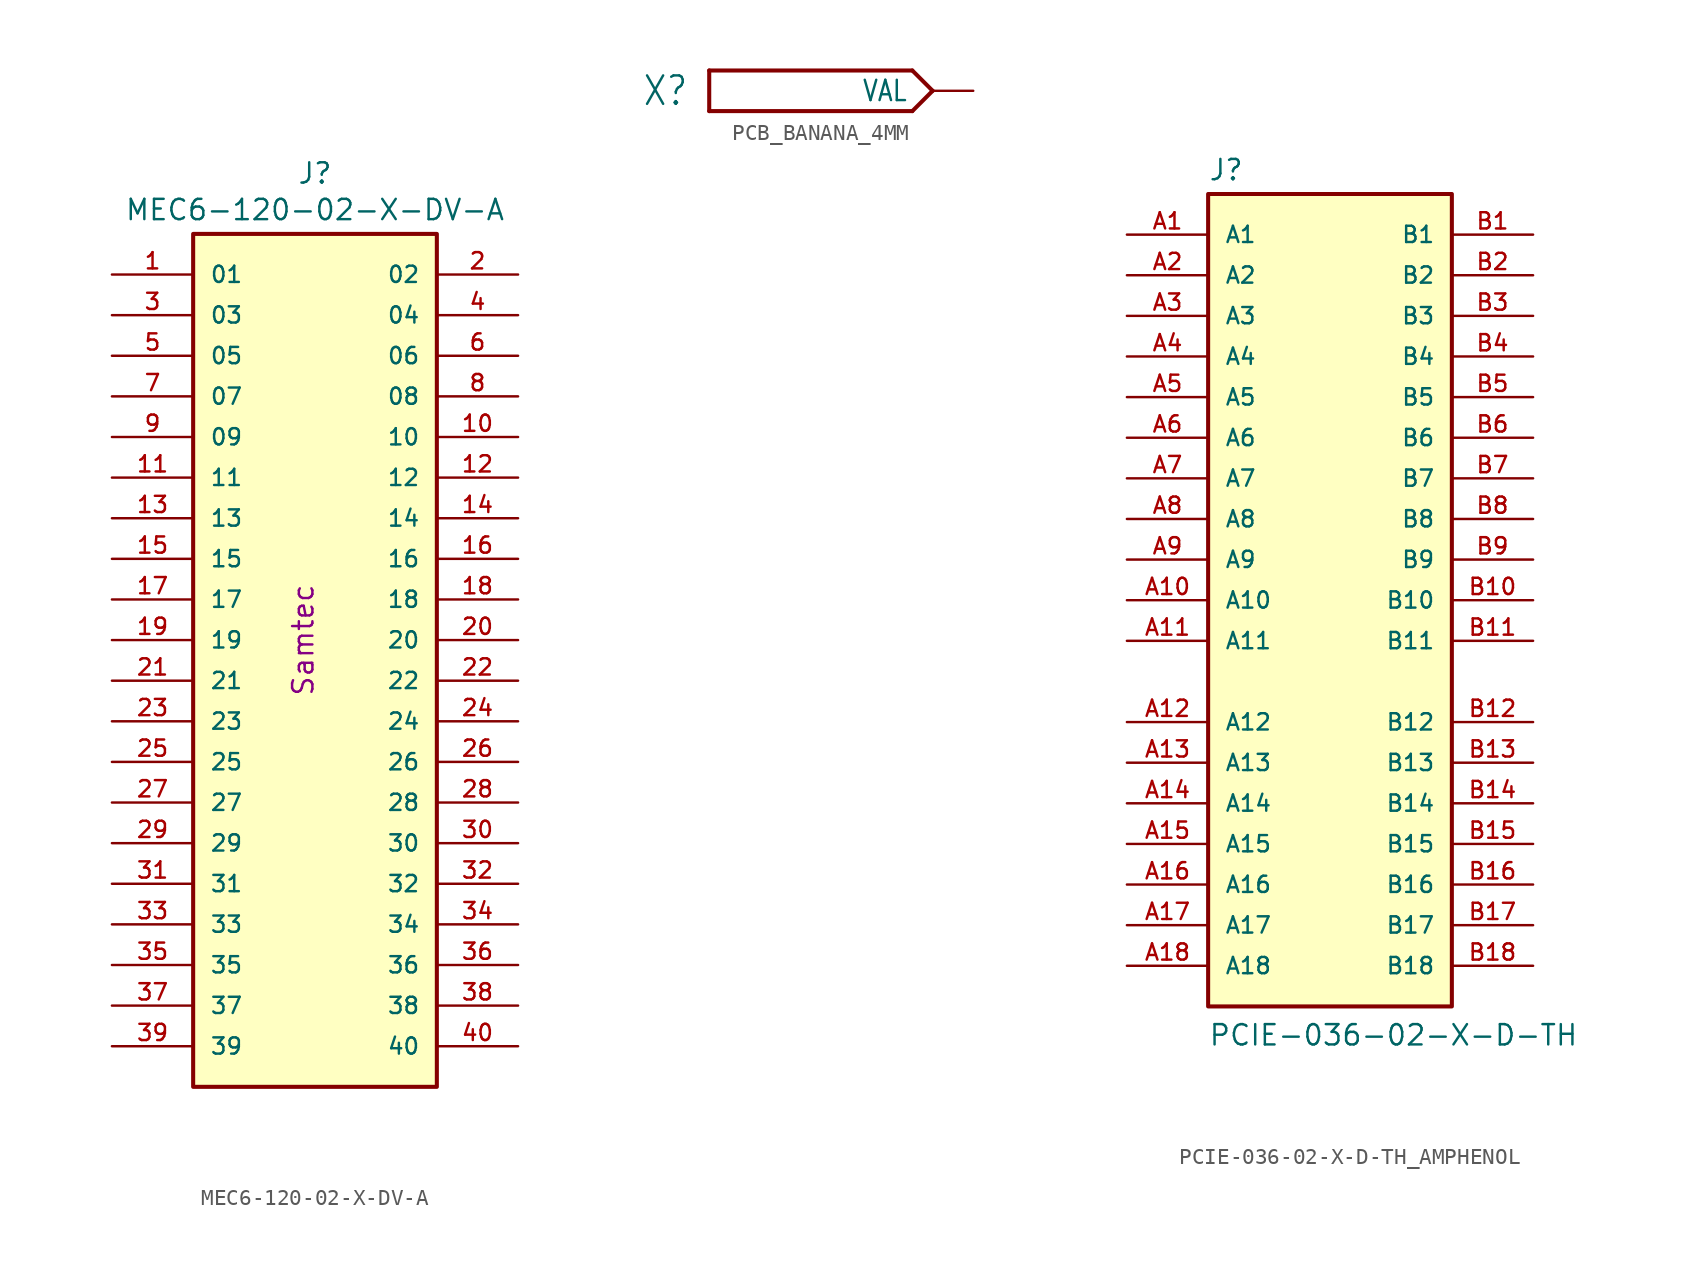
<source format=kicad_sym>
(kicad_symbol_lib
  (version 20241209)
  (generator "kicad_symbol_editor")
  (generator_version "9.0")
  (symbol "MEC6-120-02-X-DV-A"
    (pin_names
      (offset 1.016))
    (property "Reference" "J"
      (at 0 28.448 0)
      (effects (font (size 1.27 1.27)) (justify bottom)))
    (property "Value" "MEC6-120-02-X-DV-A"
      (at 0 26.162 0)
      (effects (font (size 1.27 1.27)) (justify bottom)))
    (property "MANUFACTURER" "Samtec"
      (at 0 0 90)
      (effects (font (size 1.27 1.27)) (justify bottom)))
    (symbol "MEC6-120-02-X-DV-A_0_0"
      (rectangle (start -7.62 25.4) (end 7.62 -27.94) (stroke (width 0.254) (type default)) (fill (type background)))
      (pin passive line (at -12.7 10.16 0) (length 5.08) (name "11" (effects (font (size 1.016 1.016)))) (number "11" (effects (font (size 1.016 1.016)))))
      (pin passive line (at -12.7 7.62 0) (length 5.08) (name "13" (effects (font (size 1.016 1.016)))) (number "13" (effects (font (size 1.016 1.016)))))
      (pin passive line (at -12.7 5.08 0) (length 5.08) (name "15" (effects (font (size 1.016 1.016)))) (number "15" (effects (font (size 1.016 1.016)))))
      (pin passive line (at -12.7 2.54 0) (length 5.08) (name "17" (effects (font (size 1.016 1.016)))) (number "17" (effects (font (size 1.016 1.016)))))
      (pin passive line (at -12.7 0 0) (length 5.08) (name "19" (effects (font (size 1.016 1.016)))) (number "19" (effects (font (size 1.016 1.016)))))
      (pin passive line (at -12.7 -2.54 0) (length 5.08) (name "21" (effects (font (size 1.016 1.016)))) (number "21" (effects (font (size 1.016 1.016)))))
      (pin passive line (at -12.7 -5.08 0) (length 5.08) (name "23" (effects (font (size 1.016 1.016)))) (number "23" (effects (font (size 1.016 1.016)))))
      (pin passive line (at -12.7 -7.62 0) (length 5.08) (name "25" (effects (font (size 1.016 1.016)))) (number "25" (effects (font (size 1.016 1.016)))))
      (pin passive line (at -12.7 -10.16 0) (length 5.08) (name "27" (effects (font (size 1.016 1.016)))) (number "27" (effects (font (size 1.016 1.016)))))
      (pin passive line (at -12.7 -12.7 0) (length 5.08) (name "29" (effects (font (size 1.016 1.016)))) (number "29" (effects (font (size 1.016 1.016)))))
      (pin passive line (at -12.7 -15.24 0) (length 5.08) (name "31" (effects (font (size 1.016 1.016)))) (number "31" (effects (font (size 1.016 1.016)))))
      (pin passive line (at -12.7 -17.78 0) (length 5.08) (name "33" (effects (font (size 1.016 1.016)))) (number "33" (effects (font (size 1.016 1.016)))))
      (pin passive line (at -12.7 -20.32 0) (length 5.08) (name "35" (effects (font (size 1.016 1.016)))) (number "35" (effects (font (size 1.016 1.016)))))
      (pin passive line (at -12.7 -22.86 0) (length 5.08) (name "37" (effects (font (size 1.016 1.016)))) (number "37" (effects (font (size 1.016 1.016)))))
      (pin passive line (at -12.7 -25.4 0) (length 5.08) (name "39" (effects (font (size 1.016 1.016)))) (number "39" (effects (font (size 1.016 1.016)))))
      (pin passive line (at 12.7 12.7 180) (length 5.08) (name "10" (effects (font (size 1.016 1.016)))) (number "10" (effects (font (size 1.016 1.016)))))
      (pin passive line (at 12.7 10.16 180) (length 5.08) (name "12" (effects (font (size 1.016 1.016)))) (number "12" (effects (font (size 1.016 1.016)))))
      (pin passive line (at 12.7 7.62 180) (length 5.08) (name "14" (effects (font (size 1.016 1.016)))) (number "14" (effects (font (size 1.016 1.016)))))
      (pin passive line (at 12.7 5.08 180) (length 5.08) (name "16" (effects (font (size 1.016 1.016)))) (number "16" (effects (font (size 1.016 1.016)))))
      (pin passive line (at 12.7 2.54 180) (length 5.08) (name "18" (effects (font (size 1.016 1.016)))) (number "18" (effects (font (size 1.016 1.016)))))
      (pin passive line (at 12.7 0 180) (length 5.08) (name "20" (effects (font (size 1.016 1.016)))) (number "20" (effects (font (size 1.016 1.016)))))
      (pin passive line (at 12.7 -2.54 180) (length 5.08) (name "22" (effects (font (size 1.016 1.016)))) (number "22" (effects (font (size 1.016 1.016)))))
      (pin passive line (at 12.7 -5.08 180) (length 5.08) (name "24" (effects (font (size 1.016 1.016)))) (number "24" (effects (font (size 1.016 1.016)))))
      (pin passive line (at 12.7 -7.62 180) (length 5.08) (name "26" (effects (font (size 1.016 1.016)))) (number "26" (effects (font (size 1.016 1.016)))))
      (pin passive line (at 12.7 -10.16 180) (length 5.08) (name "28" (effects (font (size 1.016 1.016)))) (number "28" (effects (font (size 1.016 1.016)))))
      (pin passive line (at 12.7 -12.7 180) (length 5.08) (name "30" (effects (font (size 1.016 1.016)))) (number "30" (effects (font (size 1.016 1.016)))))
      (pin passive line (at 12.7 -15.24 180) (length 5.08) (name "32" (effects (font (size 1.016 1.016)))) (number "32" (effects (font (size 1.016 1.016)))))
      (pin passive line (at 12.7 -17.78 180) (length 5.08) (name "34" (effects (font (size 1.016 1.016)))) (number "34" (effects (font (size 1.016 1.016)))))
      (pin passive line (at 12.7 -20.32 180) (length 5.08) (name "36" (effects (font (size 1.016 1.016)))) (number "36" (effects (font (size 1.016 1.016)))))
      (pin passive line (at 12.7 -22.86 180) (length 5.08) (name "38" (effects (font (size 1.016 1.016)))) (number "38" (effects (font (size 1.016 1.016)))))
      (pin passive line (at 12.7 -25.4 180) (length 5.08) (name "40" (effects (font (size 1.016 1.016)))) (number "40" (effects (font (size 1.016 1.016))))))
    (symbol "MEC6-120-02-X-DV-A_1_0"
      (pin passive line (at -12.7 22.86 0) (length 5.08) (name "01" (effects (font (size 1.016 1.016)))) (number "1" (effects (font (size 1.016 1.016)))))
      (pin passive line (at -12.7 20.32 0) (length 5.08) (name "03" (effects (font (size 1.016 1.016)))) (number "3" (effects (font (size 1.016 1.016)))))
      (pin passive line (at -12.7 17.78 0) (length 5.08) (name "05" (effects (font (size 1.016 1.016)))) (number "5" (effects (font (size 1.016 1.016)))))
      (pin passive line (at -12.7 15.24 0) (length 5.08) (name "07" (effects (font (size 1.016 1.016)))) (number "7" (effects (font (size 1.016 1.016)))))
      (pin passive line (at -12.7 12.7 0) (length 5.08) (name "09" (effects (font (size 1.016 1.016)))) (number "9" (effects (font (size 1.016 1.016)))))
      (pin passive line (at 12.7 22.86 180) (length 5.08) (name "02" (effects (font (size 1.016 1.016)))) (number "2" (effects (font (size 1.016 1.016)))))
      (pin passive line (at 12.7 20.32 180) (length 5.08) (name "04" (effects (font (size 1.016 1.016)))) (number "4" (effects (font (size 1.016 1.016)))))
      (pin passive line (at 12.7 17.78 180) (length 5.08) (name "06" (effects (font (size 1.016 1.016)))) (number "6" (effects (font (size 1.016 1.016)))))
      (pin passive line (at 12.7 15.24 180) (length 5.08) (name "08" (effects (font (size 1.016 1.016)))) (number "8" (effects (font (size 1.016 1.016)))))))
  (symbol "PCB_BANANA_4MM"
    (pin_numbers
      (hide yes))
    (pin_names
      (hide yes))
    (property "Reference" "X"
      (at -10.16 0 0)
      (effects (font (size 1.778 1.511)) (justify right)))
    (property "Value" "VAL"
      (at 3.556 0 0)
      (effects (font (size 1.27 1.079)) (justify right)))
    (symbol "PCB_BANANA_4MM_1_0"
      (polyline (pts (xy -8.89 1.27) (xy -8.89 -1.27)) (stroke (width 0.254) (type solid)) (fill (type none)))
      (polyline (pts (xy -8.89 -1.27) (xy 3.81 -1.27)) (stroke (width 0.254) (type solid)) (fill (type none)))
      (polyline (pts (xy 3.81 1.27) (xy -8.89 1.27)) (stroke (width 0.254) (type solid)) (fill (type none)))
      (polyline (pts (xy 3.81 -1.27) (xy 5.08 0)) (stroke (width 0.254) (type solid)) (fill (type none)))
      (polyline (pts (xy 5.08 0) (xy 3.81 1.27)) (stroke (width 0.254) (type solid)) (fill (type none)))
      (pin passive line (at 7.62 0 180) (length 2.54) (name "VAL" (effects (font (size 0 0)))) (number "1" (effects (font (size 0 0)))))))
  (symbol "PCIE-036-02-X-D-TH_AMPHENOL"
    (pin_names
      (offset 1.016))
    (property "Reference" "J"
      (at -7.62 26.162 0)
      (effects (font (size 1.27 1.27)) (justify left bottom)))
    (property "Value" "PCIE-036-02-X-D-TH"
      (at -7.62 -27.94 0)
      (effects (font (size 1.27 1.27)) (justify left bottom)))
    (symbol "PCIE-036-02-X-D-TH_AMPHENOL_0_0"
      (rectangle (start -7.62 -25.4) (end 7.62 25.4) (stroke (width 0.254) (type default)) (fill (type background)))
      (pin passive line (at -12.7 22.86 0) (length 5.08) (name "A1" (effects (font (size 1.016 1.016)))) (number "A1" (effects (font (size 1.016 1.016)))))
      (pin passive line (at -12.7 20.32 0) (length 5.08) (name "A2" (effects (font (size 1.016 1.016)))) (number "A2" (effects (font (size 1.016 1.016)))))
      (pin passive line (at -12.7 17.78 0) (length 5.08) (name "A3" (effects (font (size 1.016 1.016)))) (number "A3" (effects (font (size 1.016 1.016)))))
      (pin passive line (at -12.7 15.24 0) (length 5.08) (name "A4" (effects (font (size 1.016 1.016)))) (number "A4" (effects (font (size 1.016 1.016)))))
      (pin passive line (at -12.7 12.7 0) (length 5.08) (name "A5" (effects (font (size 1.016 1.016)))) (number "A5" (effects (font (size 1.016 1.016)))))
      (pin passive line (at -12.7 10.16 0) (length 5.08) (name "A6" (effects (font (size 1.016 1.016)))) (number "A6" (effects (font (size 1.016 1.016)))))
      (pin passive line (at -12.7 7.62 0) (length 5.08) (name "A7" (effects (font (size 1.016 1.016)))) (number "A7" (effects (font (size 1.016 1.016)))))
      (pin passive line (at -12.7 5.08 0) (length 5.08) (name "A8" (effects (font (size 1.016 1.016)))) (number "A8" (effects (font (size 1.016 1.016)))))
      (pin passive line (at -12.7 2.54 0) (length 5.08) (name "A9" (effects (font (size 1.016 1.016)))) (number "A9" (effects (font (size 1.016 1.016)))))
      (pin passive line (at -12.7 0 0) (length 5.08) (name "A10" (effects (font (size 1.016 1.016)))) (number "A10" (effects (font (size 1.016 1.016)))))
      (pin passive line (at -12.7 -2.54 0) (length 5.08) (name "A11" (effects (font (size 1.016 1.016)))) (number "A11" (effects (font (size 1.016 1.016)))))
      (pin passive line (at -12.7 -7.62 0) (length 5.08) (name "A12" (effects (font (size 1.016 1.016)))) (number "A12" (effects (font (size 1.016 1.016)))))
      (pin passive line (at -12.7 -10.16 0) (length 5.08) (name "A13" (effects (font (size 1.016 1.016)))) (number "A13" (effects (font (size 1.016 1.016)))))
      (pin passive line (at -12.7 -12.7 0) (length 5.08) (name "A14" (effects (font (size 1.016 1.016)))) (number "A14" (effects (font (size 1.016 1.016)))))
      (pin passive line (at -12.7 -15.24 0) (length 5.08) (name "A15" (effects (font (size 1.016 1.016)))) (number "A15" (effects (font (size 1.016 1.016)))))
      (pin passive line (at -12.7 -17.78 0) (length 5.08) (name "A16" (effects (font (size 1.016 1.016)))) (number "A16" (effects (font (size 1.016 1.016)))))
      (pin passive line (at -12.7 -20.32 0) (length 5.08) (name "A17" (effects (font (size 1.016 1.016)))) (number "A17" (effects (font (size 1.016 1.016)))))
      (pin passive line (at -12.7 -22.86 0) (length 5.08) (name "A18" (effects (font (size 1.016 1.016)))) (number "A18" (effects (font (size 1.016 1.016)))))
      (pin passive line (at 12.7 22.86 180) (length 5.08) (name "B1" (effects (font (size 1.016 1.016)))) (number "B1" (effects (font (size 1.016 1.016)))))
      (pin passive line (at 12.7 20.32 180) (length 5.08) (name "B2" (effects (font (size 1.016 1.016)))) (number "B2" (effects (font (size 1.016 1.016)))))
      (pin passive line (at 12.7 17.78 180) (length 5.08) (name "B3" (effects (font (size 1.016 1.016)))) (number "B3" (effects (font (size 1.016 1.016)))))
      (pin passive line (at 12.7 15.24 180) (length 5.08) (name "B4" (effects (font (size 1.016 1.016)))) (number "B4" (effects (font (size 1.016 1.016)))))
      (pin passive line (at 12.7 12.7 180) (length 5.08) (name "B5" (effects (font (size 1.016 1.016)))) (number "B5" (effects (font (size 1.016 1.016)))))
      (pin passive line (at 12.7 10.16 180) (length 5.08) (name "B6" (effects (font (size 1.016 1.016)))) (number "B6" (effects (font (size 1.016 1.016)))))
      (pin passive line (at 12.7 7.62 180) (length 5.08) (name "B7" (effects (font (size 1.016 1.016)))) (number "B7" (effects (font (size 1.016 1.016)))))
      (pin passive line (at 12.7 5.08 180) (length 5.08) (name "B8" (effects (font (size 1.016 1.016)))) (number "B8" (effects (font (size 1.016 1.016)))))
      (pin passive line (at 12.7 2.54 180) (length 5.08) (name "B9" (effects (font (size 1.016 1.016)))) (number "B9" (effects (font (size 1.016 1.016)))))
      (pin passive line (at 12.7 0 180) (length 5.08) (name "B10" (effects (font (size 1.016 1.016)))) (number "B10" (effects (font (size 1.016 1.016)))))
      (pin passive line (at 12.7 -2.54 180) (length 5.08) (name "B11" (effects (font (size 1.016 1.016)))) (number "B11" (effects (font (size 1.016 1.016)))))
      (pin passive line (at 12.7 -7.62 180) (length 5.08) (name "B12" (effects (font (size 1.016 1.016)))) (number "B12" (effects (font (size 1.016 1.016)))))
      (pin passive line (at 12.7 -10.16 180) (length 5.08) (name "B13" (effects (font (size 1.016 1.016)))) (number "B13" (effects (font (size 1.016 1.016)))))
      (pin passive line (at 12.7 -12.7 180) (length 5.08) (name "B14" (effects (font (size 1.016 1.016)))) (number "B14" (effects (font (size 1.016 1.016)))))
      (pin passive line (at 12.7 -15.24 180) (length 5.08) (name "B15" (effects (font (size 1.016 1.016)))) (number "B15" (effects (font (size 1.016 1.016)))))
      (pin passive line (at 12.7 -17.78 180) (length 5.08) (name "B16" (effects (font (size 1.016 1.016)))) (number "B16" (effects (font (size 1.016 1.016)))))
      (pin passive line (at 12.7 -20.32 180) (length 5.08) (name "B17" (effects (font (size 1.016 1.016)))) (number "B17" (effects (font (size 1.016 1.016)))))
      (pin passive line (at 12.7 -22.86 180) (length 5.08) (name "B18" (effects (font (size 1.016 1.016)))) (number "B18" (effects (font (size 1.016 1.016))))))))
</source>
